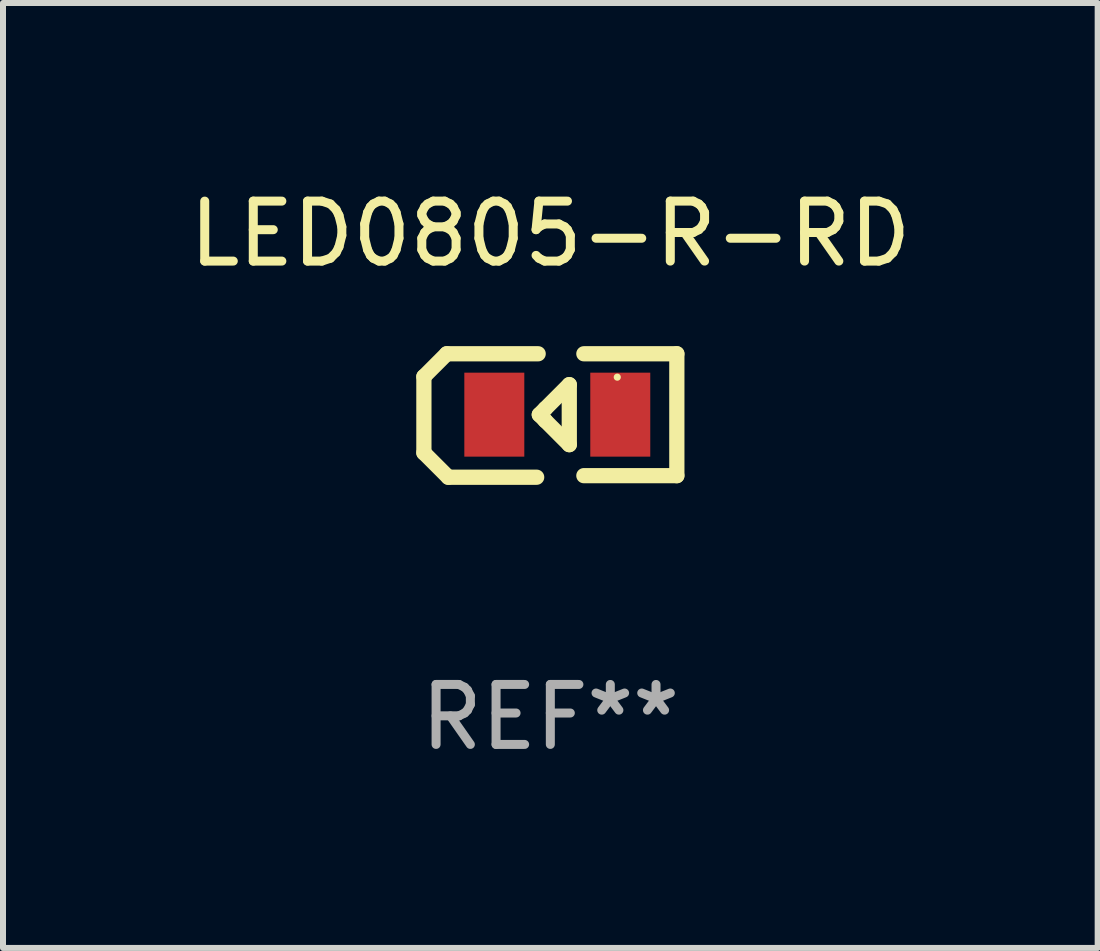
<source format=kicad_pcb>
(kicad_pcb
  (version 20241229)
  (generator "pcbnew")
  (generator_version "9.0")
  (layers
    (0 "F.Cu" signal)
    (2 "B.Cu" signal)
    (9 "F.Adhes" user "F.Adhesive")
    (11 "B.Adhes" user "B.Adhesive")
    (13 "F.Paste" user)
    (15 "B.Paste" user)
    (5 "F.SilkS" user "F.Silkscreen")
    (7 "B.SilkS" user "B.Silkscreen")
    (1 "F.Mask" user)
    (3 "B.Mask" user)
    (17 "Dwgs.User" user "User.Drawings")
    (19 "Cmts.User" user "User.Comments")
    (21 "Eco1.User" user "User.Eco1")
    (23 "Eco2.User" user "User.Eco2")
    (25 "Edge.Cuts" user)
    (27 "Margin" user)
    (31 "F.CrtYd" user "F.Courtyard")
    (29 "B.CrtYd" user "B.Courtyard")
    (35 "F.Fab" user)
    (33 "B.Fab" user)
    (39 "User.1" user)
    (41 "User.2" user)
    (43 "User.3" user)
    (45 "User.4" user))
  (footprint "LED0805-R-RD"
    (layer "F.Cu")
    (at 6.241 3.863)
    (property "Reference" "LED0805-R-RD" (at -0.116 -3.015 0) (layer "F.SilkS") (effects (font (size 1 1) (thickness 0.15))))
    (attr through_hole)
    (fp_line (start -2.224 -0.634) (end -1.843 -1.015) (stroke (width 0.254) (type solid)) (layer "F.SilkS"))
    (fp_line (start -2.224 0.636) (end -2.224 -0.634) (stroke (width 0.254) (type solid)) (layer "F.SilkS"))
    (fp_line (start -1.843 -1.015) (end -0.319 -1.015) (stroke (width 0.254) (type solid)) (layer "F.SilkS"))
    (fp_line (start -1.817 1.043) (end -2.224 0.636) (stroke (width 0.254) (type solid)) (layer "F.SilkS"))
    (fp_line (start -0.344 1.043) (end -1.817 1.043) (stroke (width 0.254) (type solid)) (layer "F.SilkS"))
    (fp_line (start -0.3 0) (end -0.2 0.1) (stroke (width 0.254) (type solid)) (layer "F.SilkS"))
    (fp_line (start -0.2 -0.1) (end -0.3 0) (stroke (width 0.254) (type solid)) (layer "F.SilkS"))
    (fp_line (start -0.2 0.1) (end 0.2 0.5) (stroke (width 0.254) (type solid)) (layer "F.SilkS"))
    (fp_line (start 0.2 -0.5) (end -0.2 -0.1) (stroke (width 0.254) (type solid)) (layer "F.SilkS"))
    (fp_line (start 0.2 -0.5) (end 0.2 0.5) (stroke (width 0.254) (type solid)) (layer "F.SilkS"))
    (fp_line (start 0.443 1.017) (end 1.993 1.017) (stroke (width 0.254) (type solid)) (layer "F.SilkS"))
    (fp_line (start 1.993 -1.015) (end 0.443 -1.015) (stroke (width 0.254) (type solid)) (layer "F.SilkS"))
    (fp_line (start 1.993 1.017) (end 1.993 -1.015) (stroke (width 0.254) (type solid)) (layer "F.SilkS"))
    (fp_circle (center 1 -0.625) (end 1.03 -0.625) (stroke (width 0.06) (type solid)) (fill no) (layer "F.SilkS"))
    (fp_text user "REF**" (at -0.116 5.043 0) (layer "F.Fab") (effects (font (size 1 1) (thickness 0.15))))
    (pad "1" smd rect (at 1.05 0 180) (size 1 1.4) (layers "F.Cu" "F.Mask" "F.Paste"))
    (pad "2" smd rect (at -1.05 0 180) (size 1 1.4) (layers "F.Cu" "F.Mask" "F.Paste")))
  (gr_rect
    (start -3 -3)
    (end 15.25 12.754)
    (stroke (width 0.1) (type default))
    (fill no)
    (layer "Edge.Cuts")))
</source>
